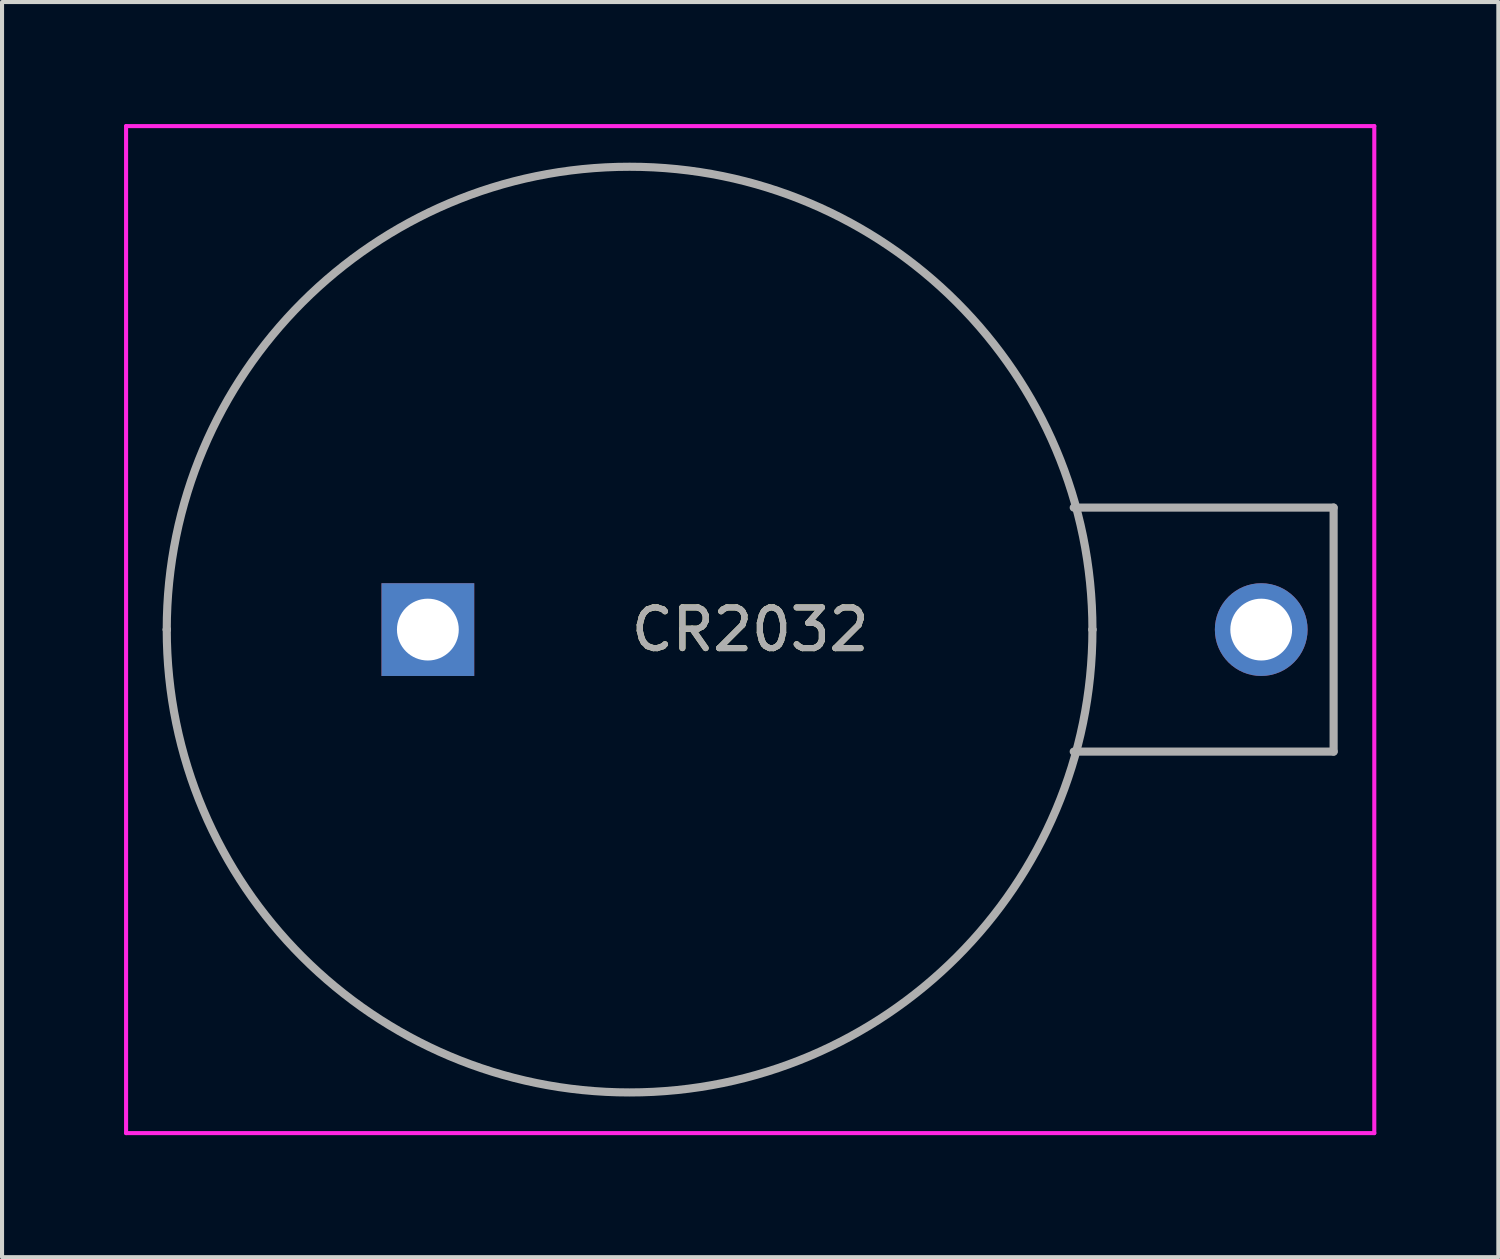
<source format=kicad_pcb>
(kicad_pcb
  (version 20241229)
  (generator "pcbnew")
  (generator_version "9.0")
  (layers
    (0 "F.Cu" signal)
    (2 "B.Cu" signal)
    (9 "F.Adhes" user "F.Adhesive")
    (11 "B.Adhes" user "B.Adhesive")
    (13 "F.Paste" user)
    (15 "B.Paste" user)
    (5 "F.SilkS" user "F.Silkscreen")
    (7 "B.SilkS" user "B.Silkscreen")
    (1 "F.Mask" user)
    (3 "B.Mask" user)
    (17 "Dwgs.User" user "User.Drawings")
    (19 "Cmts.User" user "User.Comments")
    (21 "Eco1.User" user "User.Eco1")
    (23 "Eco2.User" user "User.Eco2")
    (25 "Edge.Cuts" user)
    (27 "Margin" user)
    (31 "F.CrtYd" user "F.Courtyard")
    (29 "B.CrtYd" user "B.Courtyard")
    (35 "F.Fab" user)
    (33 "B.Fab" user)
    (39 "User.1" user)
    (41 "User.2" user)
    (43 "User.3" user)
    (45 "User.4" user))
  (footprint "CR2032"
    (layer "F.Cu")
    (at 7.47 12.43)
    (property "Reference" "CR2032" (at 7.925 0 0) (layer "F.SilkS") (effects (font (size 1 1) (thickness 0.15))))
    (attr through_hole)
    (fp_line (start -6.42 0) (end -6.42 0) (stroke (width 0.1) (type solid)) (layer "F.SilkS"))
    (fp_line (start 15.88 -3) (end 22.27 -3) (stroke (width 0.1) (type solid)) (layer "F.SilkS"))
    (fp_line (start 16.34 0) (end 16.34 0) (stroke (width 0.1) (type solid)) (layer "F.SilkS"))
    (fp_line (start 22.27 -3) (end 22.27 3) (stroke (width 0.1) (type solid)) (layer "F.SilkS"))
    (fp_line (start 22.27 3) (end 15.88 3) (stroke (width 0.1) (type solid)) (layer "F.SilkS"))
    (fp_arc (start -6.42 0) (mid 4.96 -11.38) (end 16.34 0) (stroke (width 0.1) (type solid)) (layer "F.SilkS"))
    (fp_arc (start 16.34 0) (mid 4.96 11.38) (end -6.42 0) (stroke (width 0.1) (type solid)) (layer "F.SilkS"))
    (fp_line (start -7.42 -12.38) (end 23.27 -12.38) (stroke (width 0.1) (type solid)) (layer "F.CrtYd"))
    (fp_line (start -7.42 12.38) (end -7.42 -12.38) (stroke (width 0.1) (type solid)) (layer "F.CrtYd"))
    (fp_line (start 23.27 -12.38) (end 23.27 12.38) (stroke (width 0.1) (type solid)) (layer "F.CrtYd"))
    (fp_line (start 23.27 12.38) (end -7.42 12.38) (stroke (width 0.1) (type solid)) (layer "F.CrtYd"))
    (fp_line (start -6.42 0) (end -6.42 0) (stroke (width 0.2) (type solid)) (layer "F.Fab"))
    (fp_line (start 15.88 -3) (end 22.27 -3) (stroke (width 0.2) (type solid)) (layer "F.Fab"))
    (fp_line (start 16.34 0) (end 16.34 0) (stroke (width 0.2) (type solid)) (layer "F.Fab"))
    (fp_line (start 22.27 -3) (end 22.27 3) (stroke (width 0.2) (type solid)) (layer "F.Fab"))
    (fp_line (start 22.27 3) (end 15.88 3) (stroke (width 0.2) (type solid)) (layer "F.Fab"))
    (fp_arc (start -6.42 0) (mid 4.96 -11.38) (end 16.34 0) (stroke (width 0.2) (type solid)) (layer "F.Fab"))
    (fp_arc (start 16.34 0) (mid 4.96 11.38) (end -6.42 0) (stroke (width 0.2) (type solid)) (layer "F.Fab"))
    (fp_text user "${REFERENCE}" (at 7.925 0 0) (layer "F.Fab") (effects (font (size 1 1) (thickness 0.15))))
    (pad "1" thru_hole rect (at 0 0) (size 2.28 2.28) (drill 1.52) (layers "*.Cu" "*.Mask"))
    (pad "2" thru_hole circle (at 20.49 0) (size 2.28 2.28) (drill 1.52) (layers "*.Cu" "*.Mask")))
  (gr_rect
    (start -3 -3)
    (end 33.79 27.86)
    (stroke (width 0.1) (type default))
    (fill no)
    (layer "Edge.Cuts")))
</source>
